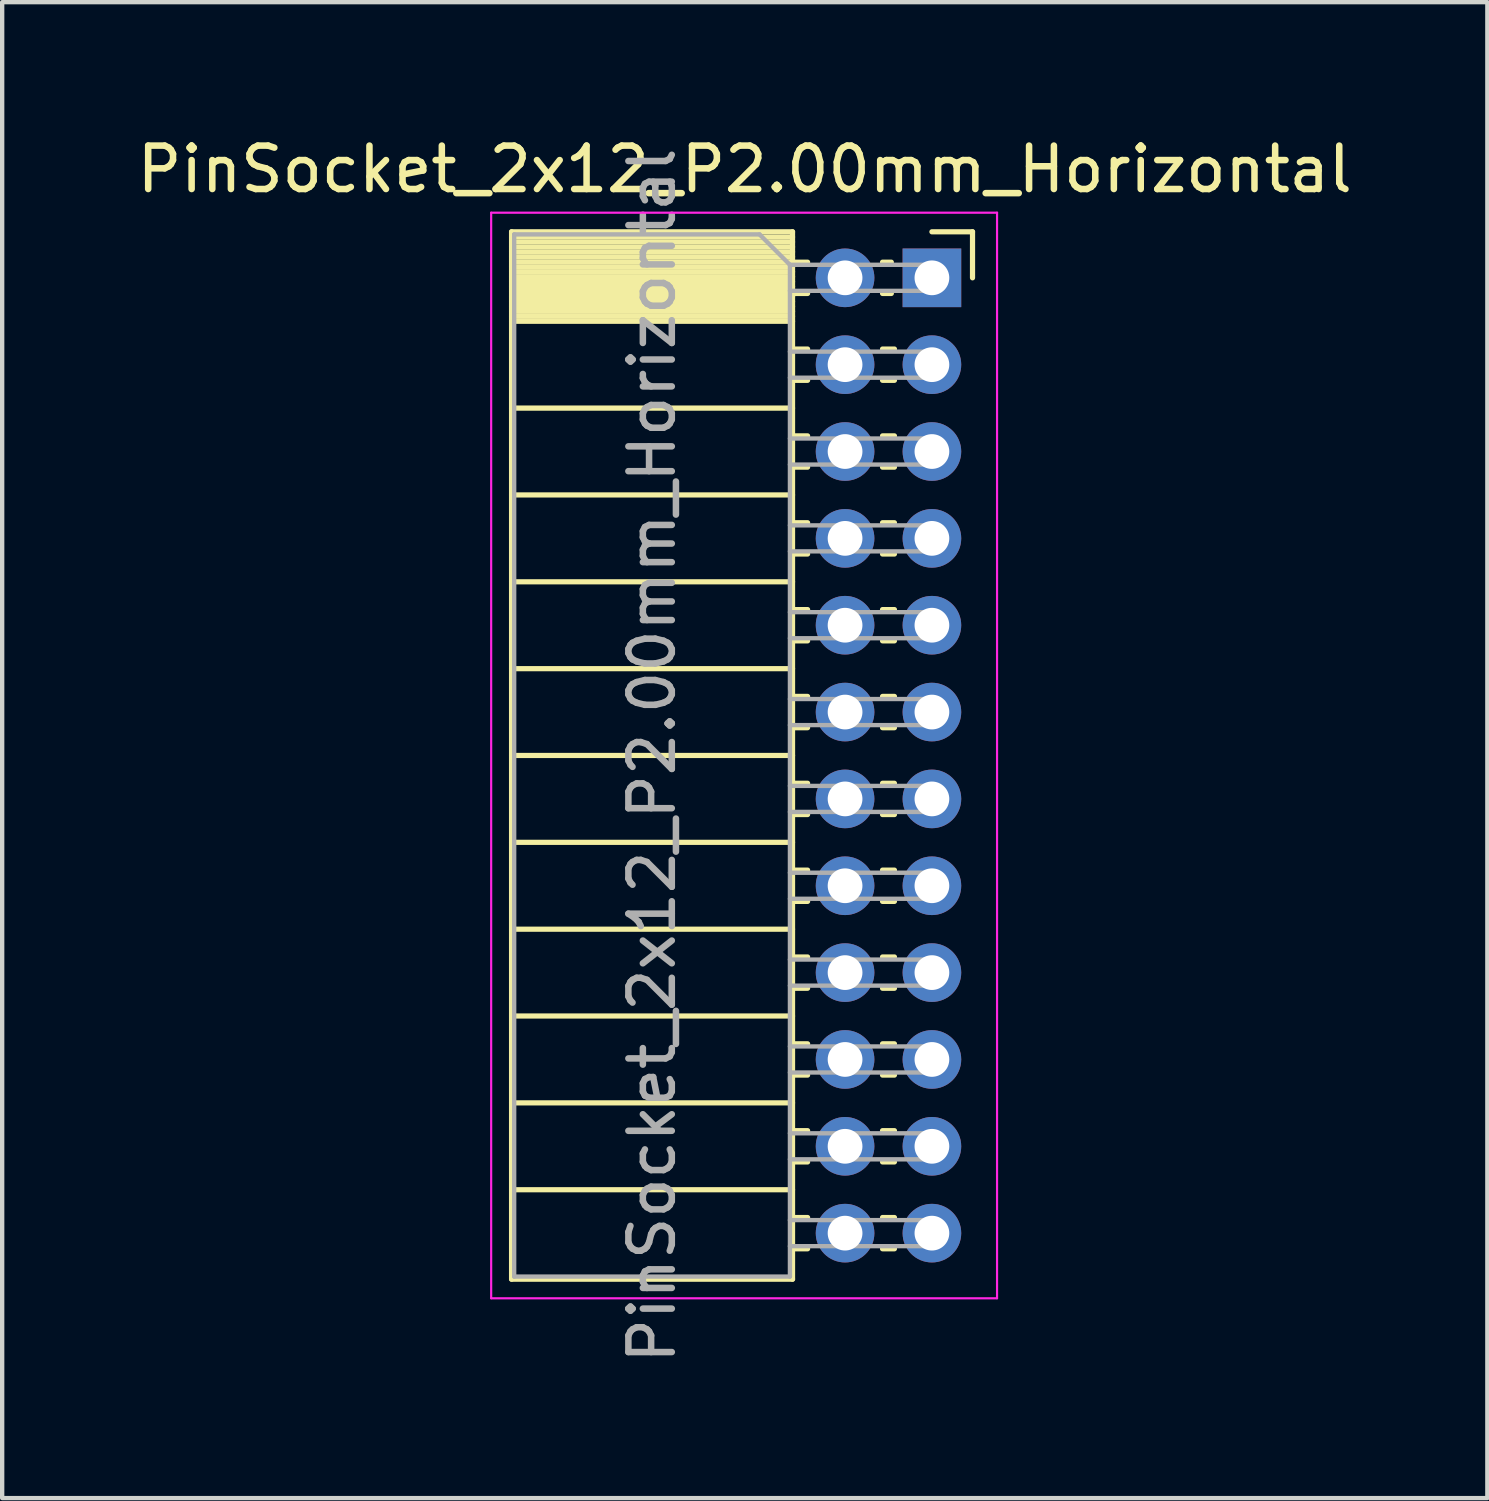
<source format=kicad_pcb>
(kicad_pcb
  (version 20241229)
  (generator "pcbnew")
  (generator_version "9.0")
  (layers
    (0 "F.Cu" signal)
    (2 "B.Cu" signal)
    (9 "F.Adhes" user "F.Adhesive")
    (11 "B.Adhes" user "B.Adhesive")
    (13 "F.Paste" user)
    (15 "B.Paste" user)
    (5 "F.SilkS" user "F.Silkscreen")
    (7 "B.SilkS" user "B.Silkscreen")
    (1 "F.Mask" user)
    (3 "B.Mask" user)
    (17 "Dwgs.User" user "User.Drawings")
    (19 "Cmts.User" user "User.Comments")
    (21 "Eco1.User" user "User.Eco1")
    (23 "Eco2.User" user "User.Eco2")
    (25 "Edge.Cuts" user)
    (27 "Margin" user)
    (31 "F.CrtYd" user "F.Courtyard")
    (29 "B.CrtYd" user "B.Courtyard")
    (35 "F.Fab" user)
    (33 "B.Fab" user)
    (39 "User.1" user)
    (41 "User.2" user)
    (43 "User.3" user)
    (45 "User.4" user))
  (footprint "PinSocket_2x12_P2.00mm_Horizontal"
    (layer "F.Cu")
    (at 18.411 3.348)
    (property "Reference" "PinSocket_2x12_P2.00mm_Horizontal" (at -4.31 -2.5 0) (layer "F.SilkS") (effects (font (size 1 1) (thickness 0.15))))
    (attr through_hole)
    (fp_line (start -9.68 -1.06) (end -9.68 23.06) (stroke (width 0.12) (type solid)) (layer "F.SilkS"))
    (fp_line (start -9.68 -1.06) (end -3.21 -1.06) (stroke (width 0.12) (type solid)) (layer "F.SilkS"))
    (fp_line (start -9.68 -0.94) (end -3.21 -0.94) (stroke (width 0.12) (type solid)) (layer "F.SilkS"))
    (fp_line (start -9.68 -0.826) (end -3.21 -0.826) (stroke (width 0.12) (type solid)) (layer "F.SilkS"))
    (fp_line (start -9.68 -0.712) (end -3.21 -0.712) (stroke (width 0.12) (type solid)) (layer "F.SilkS"))
    (fp_line (start -9.68 -0.598) (end -3.21 -0.598) (stroke (width 0.12) (type solid)) (layer "F.SilkS"))
    (fp_line (start -9.68 -0.484) (end -3.21 -0.484) (stroke (width 0.12) (type solid)) (layer "F.SilkS"))
    (fp_line (start -9.68 -0.369) (end -3.21 -0.369) (stroke (width 0.12) (type solid)) (layer "F.SilkS"))
    (fp_line (start -9.68 -0.255) (end -3.21 -0.255) (stroke (width 0.12) (type solid)) (layer "F.SilkS"))
    (fp_line (start -9.68 -0.141) (end -3.21 -0.141) (stroke (width 0.12) (type solid)) (layer "F.SilkS"))
    (fp_line (start -9.68 -0.027) (end -3.21 -0.027) (stroke (width 0.12) (type solid)) (layer "F.SilkS"))
    (fp_line (start -9.68 0.087) (end -3.21 0.087) (stroke (width 0.12) (type solid)) (layer "F.SilkS"))
    (fp_line (start -9.68 0.201) (end -3.21 0.201) (stroke (width 0.12) (type solid)) (layer "F.SilkS"))
    (fp_line (start -9.68 0.315) (end -3.21 0.315) (stroke (width 0.12) (type solid)) (layer "F.SilkS"))
    (fp_line (start -9.68 0.429) (end -3.21 0.429) (stroke (width 0.12) (type solid)) (layer "F.SilkS"))
    (fp_line (start -9.68 0.544) (end -3.21 0.544) (stroke (width 0.12) (type solid)) (layer "F.SilkS"))
    (fp_line (start -9.68 0.658) (end -3.21 0.658) (stroke (width 0.12) (type solid)) (layer "F.SilkS"))
    (fp_line (start -9.68 0.772) (end -3.21 0.772) (stroke (width 0.12) (type solid)) (layer "F.SilkS"))
    (fp_line (start -9.68 0.886) (end -3.21 0.886) (stroke (width 0.12) (type solid)) (layer "F.SilkS"))
    (fp_line (start -9.68 1) (end -3.21 1) (stroke (width 0.12) (type solid)) (layer "F.SilkS"))
    (fp_line (start -9.68 3) (end -3.21 3) (stroke (width 0.12) (type solid)) (layer "F.SilkS"))
    (fp_line (start -9.68 5) (end -3.21 5) (stroke (width 0.12) (type solid)) (layer "F.SilkS"))
    (fp_line (start -9.68 7) (end -3.21 7) (stroke (width 0.12) (type solid)) (layer "F.SilkS"))
    (fp_line (start -9.68 9) (end -3.21 9) (stroke (width 0.12) (type solid)) (layer "F.SilkS"))
    (fp_line (start -9.68 11) (end -3.21 11) (stroke (width 0.12) (type solid)) (layer "F.SilkS"))
    (fp_line (start -9.68 13) (end -3.21 13) (stroke (width 0.12) (type solid)) (layer "F.SilkS"))
    (fp_line (start -9.68 15) (end -3.21 15) (stroke (width 0.12) (type solid)) (layer "F.SilkS"))
    (fp_line (start -9.68 17) (end -3.21 17) (stroke (width 0.12) (type solid)) (layer "F.SilkS"))
    (fp_line (start -9.68 19) (end -3.21 19) (stroke (width 0.12) (type solid)) (layer "F.SilkS"))
    (fp_line (start -9.68 21) (end -3.21 21) (stroke (width 0.12) (type solid)) (layer "F.SilkS"))
    (fp_line (start -9.68 23.06) (end -3.21 23.06) (stroke (width 0.12) (type solid)) (layer "F.SilkS"))
    (fp_line (start -3.21 -1.06) (end -3.21 23.06) (stroke (width 0.12) (type solid)) (layer "F.SilkS"))
    (fp_line (start -3.21 -0.36) (end -2.863 -0.36) (stroke (width 0.12) (type solid)) (layer "F.SilkS"))
    (fp_line (start -3.21 0.36) (end -2.863 0.36) (stroke (width 0.12) (type solid)) (layer "F.SilkS"))
    (fp_line (start -3.21 1.64) (end -2.863 1.64) (stroke (width 0.12) (type solid)) (layer "F.SilkS"))
    (fp_line (start -3.21 2.36) (end -2.863 2.36) (stroke (width 0.12) (type solid)) (layer "F.SilkS"))
    (fp_line (start -3.21 3.64) (end -2.863 3.64) (stroke (width 0.12) (type solid)) (layer "F.SilkS"))
    (fp_line (start -3.21 4.36) (end -2.863 4.36) (stroke (width 0.12) (type solid)) (layer "F.SilkS"))
    (fp_line (start -3.21 5.64) (end -2.863 5.64) (stroke (width 0.12) (type solid)) (layer "F.SilkS"))
    (fp_line (start -3.21 6.36) (end -2.863 6.36) (stroke (width 0.12) (type solid)) (layer "F.SilkS"))
    (fp_line (start -3.21 7.64) (end -2.863 7.64) (stroke (width 0.12) (type solid)) (layer "F.SilkS"))
    (fp_line (start -3.21 8.36) (end -2.863 8.36) (stroke (width 0.12) (type solid)) (layer "F.SilkS"))
    (fp_line (start -3.21 9.64) (end -2.863 9.64) (stroke (width 0.12) (type solid)) (layer "F.SilkS"))
    (fp_line (start -3.21 10.36) (end -2.863 10.36) (stroke (width 0.12) (type solid)) (layer "F.SilkS"))
    (fp_line (start -3.21 11.64) (end -2.863 11.64) (stroke (width 0.12) (type solid)) (layer "F.SilkS"))
    (fp_line (start -3.21 12.36) (end -2.863 12.36) (stroke (width 0.12) (type solid)) (layer "F.SilkS"))
    (fp_line (start -3.21 13.64) (end -2.863 13.64) (stroke (width 0.12) (type solid)) (layer "F.SilkS"))
    (fp_line (start -3.21 14.36) (end -2.863 14.36) (stroke (width 0.12) (type solid)) (layer "F.SilkS"))
    (fp_line (start -3.21 15.64) (end -2.863 15.64) (stroke (width 0.12) (type solid)) (layer "F.SilkS"))
    (fp_line (start -3.21 16.36) (end -2.863 16.36) (stroke (width 0.12) (type solid)) (layer "F.SilkS"))
    (fp_line (start -3.21 17.64) (end -2.863 17.64) (stroke (width 0.12) (type solid)) (layer "F.SilkS"))
    (fp_line (start -3.21 18.36) (end -2.863 18.36) (stroke (width 0.12) (type solid)) (layer "F.SilkS"))
    (fp_line (start -3.21 19.64) (end -2.863 19.64) (stroke (width 0.12) (type solid)) (layer "F.SilkS"))
    (fp_line (start -3.21 20.36) (end -2.863 20.36) (stroke (width 0.12) (type solid)) (layer "F.SilkS"))
    (fp_line (start -3.21 21.64) (end -2.863 21.64) (stroke (width 0.12) (type solid)) (layer "F.SilkS"))
    (fp_line (start -3.21 22.36) (end -2.863 22.36) (stroke (width 0.12) (type solid)) (layer "F.SilkS"))
    (fp_line (start -1.137 -0.36) (end -0.935 -0.36) (stroke (width 0.12) (type solid)) (layer "F.SilkS"))
    (fp_line (start -1.137 0.36) (end -0.935 0.36) (stroke (width 0.12) (type solid)) (layer "F.SilkS"))
    (fp_line (start -1.137 1.64) (end -0.863 1.64) (stroke (width 0.12) (type solid)) (layer "F.SilkS"))
    (fp_line (start -1.137 2.36) (end -0.863 2.36) (stroke (width 0.12) (type solid)) (layer "F.SilkS"))
    (fp_line (start -1.137 3.64) (end -0.863 3.64) (stroke (width 0.12) (type solid)) (layer "F.SilkS"))
    (fp_line (start -1.137 4.36) (end -0.863 4.36) (stroke (width 0.12) (type solid)) (layer "F.SilkS"))
    (fp_line (start -1.137 5.64) (end -0.863 5.64) (stroke (width 0.12) (type solid)) (layer "F.SilkS"))
    (fp_line (start -1.137 6.36) (end -0.863 6.36) (stroke (width 0.12) (type solid)) (layer "F.SilkS"))
    (fp_line (start -1.137 7.64) (end -0.863 7.64) (stroke (width 0.12) (type solid)) (layer "F.SilkS"))
    (fp_line (start -1.137 8.36) (end -0.863 8.36) (stroke (width 0.12) (type solid)) (layer "F.SilkS"))
    (fp_line (start -1.137 9.64) (end -0.863 9.64) (stroke (width 0.12) (type solid)) (layer "F.SilkS"))
    (fp_line (start -1.137 10.36) (end -0.863 10.36) (stroke (width 0.12) (type solid)) (layer "F.SilkS"))
    (fp_line (start -1.137 11.64) (end -0.863 11.64) (stroke (width 0.12) (type solid)) (layer "F.SilkS"))
    (fp_line (start -1.137 12.36) (end -0.863 12.36) (stroke (width 0.12) (type solid)) (layer "F.SilkS"))
    (fp_line (start -1.137 13.64) (end -0.863 13.64) (stroke (width 0.12) (type solid)) (layer "F.SilkS"))
    (fp_line (start -1.137 14.36) (end -0.863 14.36) (stroke (width 0.12) (type solid)) (layer "F.SilkS"))
    (fp_line (start -1.137 15.64) (end -0.863 15.64) (stroke (width 0.12) (type solid)) (layer "F.SilkS"))
    (fp_line (start -1.137 16.36) (end -0.863 16.36) (stroke (width 0.12) (type solid)) (layer "F.SilkS"))
    (fp_line (start -1.137 17.64) (end -0.863 17.64) (stroke (width 0.12) (type solid)) (layer "F.SilkS"))
    (fp_line (start -1.137 18.36) (end -0.863 18.36) (stroke (width 0.12) (type solid)) (layer "F.SilkS"))
    (fp_line (start -1.137 19.64) (end -0.863 19.64) (stroke (width 0.12) (type solid)) (layer "F.SilkS"))
    (fp_line (start -1.137 20.36) (end -0.863 20.36) (stroke (width 0.12) (type solid)) (layer "F.SilkS"))
    (fp_line (start -1.137 21.64) (end -0.863 21.64) (stroke (width 0.12) (type solid)) (layer "F.SilkS"))
    (fp_line (start -1.137 22.36) (end -0.863 22.36) (stroke (width 0.12) (type solid)) (layer "F.SilkS"))
    (fp_line (start 0 -1.06) (end 0.935 -1.06) (stroke (width 0.12) (type solid)) (layer "F.SilkS"))
    (fp_line (start 0.935 -1.06) (end 0.935 0) (stroke (width 0.12) (type solid)) (layer "F.SilkS"))
    (fp_line (start -10.15 -1.5) (end -10.15 23.5) (stroke (width 0.05) (type solid)) (layer "F.CrtYd"))
    (fp_line (start -10.15 23.5) (end 1.5 23.5) (stroke (width 0.05) (type solid)) (layer "F.CrtYd"))
    (fp_line (start 1.5 -1.5) (end -10.15 -1.5) (stroke (width 0.05) (type solid)) (layer "F.CrtYd"))
    (fp_line (start 1.5 23.5) (end 1.5 -1.5) (stroke (width 0.05) (type solid)) (layer "F.CrtYd"))
    (fp_line (start -9.62 -1) (end -3.97 -1) (stroke (width 0.1) (type solid)) (layer "F.Fab"))
    (fp_line (start -9.62 23) (end -9.62 -1) (stroke (width 0.1) (type solid)) (layer "F.Fab"))
    (fp_line (start -3.97 -1) (end -3.27 -0.3) (stroke (width 0.1) (type solid)) (layer "F.Fab"))
    (fp_line (start -3.27 -0.3) (end -3.27 23) (stroke (width 0.1) (type solid)) (layer "F.Fab"))
    (fp_line (start -3.27 0.3) (end 0 0.3) (stroke (width 0.1) (type solid)) (layer "F.Fab"))
    (fp_line (start -3.27 2.3) (end 0 2.3) (stroke (width 0.1) (type solid)) (layer "F.Fab"))
    (fp_line (start -3.27 4.3) (end 0 4.3) (stroke (width 0.1) (type solid)) (layer "F.Fab"))
    (fp_line (start -3.27 6.3) (end 0 6.3) (stroke (width 0.1) (type solid)) (layer "F.Fab"))
    (fp_line (start -3.27 8.3) (end 0 8.3) (stroke (width 0.1) (type solid)) (layer "F.Fab"))
    (fp_line (start -3.27 10.3) (end 0 10.3) (stroke (width 0.1) (type solid)) (layer "F.Fab"))
    (fp_line (start -3.27 12.3) (end 0 12.3) (stroke (width 0.1) (type solid)) (layer "F.Fab"))
    (fp_line (start -3.27 14.3) (end 0 14.3) (stroke (width 0.1) (type solid)) (layer "F.Fab"))
    (fp_line (start -3.27 16.3) (end 0 16.3) (stroke (width 0.1) (type solid)) (layer "F.Fab"))
    (fp_line (start -3.27 18.3) (end 0 18.3) (stroke (width 0.1) (type solid)) (layer "F.Fab"))
    (fp_line (start -3.27 20.3) (end 0 20.3) (stroke (width 0.1) (type solid)) (layer "F.Fab"))
    (fp_line (start -3.27 22.3) (end 0 22.3) (stroke (width 0.1) (type solid)) (layer "F.Fab"))
    (fp_line (start -3.27 23) (end -9.62 23) (stroke (width 0.1) (type solid)) (layer "F.Fab"))
    (fp_line (start 0 -0.3) (end -3.27 -0.3) (stroke (width 0.1) (type solid)) (layer "F.Fab"))
    (fp_line (start 0 0.3) (end 0 -0.3) (stroke (width 0.1) (type solid)) (layer "F.Fab"))
    (fp_line (start 0 1.7) (end -3.27 1.7) (stroke (width 0.1) (type solid)) (layer "F.Fab"))
    (fp_line (start 0 2.3) (end 0 1.7) (stroke (width 0.1) (type solid)) (layer "F.Fab"))
    (fp_line (start 0 3.7) (end -3.27 3.7) (stroke (width 0.1) (type solid)) (layer "F.Fab"))
    (fp_line (start 0 4.3) (end 0 3.7) (stroke (width 0.1) (type solid)) (layer "F.Fab"))
    (fp_line (start 0 5.7) (end -3.27 5.7) (stroke (width 0.1) (type solid)) (layer "F.Fab"))
    (fp_line (start 0 6.3) (end 0 5.7) (stroke (width 0.1) (type solid)) (layer "F.Fab"))
    (fp_line (start 0 7.7) (end -3.27 7.7) (stroke (width 0.1) (type solid)) (layer "F.Fab"))
    (fp_line (start 0 8.3) (end 0 7.7) (stroke (width 0.1) (type solid)) (layer "F.Fab"))
    (fp_line (start 0 9.7) (end -3.27 9.7) (stroke (width 0.1) (type solid)) (layer "F.Fab"))
    (fp_line (start 0 10.3) (end 0 9.7) (stroke (width 0.1) (type solid)) (layer "F.Fab"))
    (fp_line (start 0 11.7) (end -3.27 11.7) (stroke (width 0.1) (type solid)) (layer "F.Fab"))
    (fp_line (start 0 12.3) (end 0 11.7) (stroke (width 0.1) (type solid)) (layer "F.Fab"))
    (fp_line (start 0 13.7) (end -3.27 13.7) (stroke (width 0.1) (type solid)) (layer "F.Fab"))
    (fp_line (start 0 14.3) (end 0 13.7) (stroke (width 0.1) (type solid)) (layer "F.Fab"))
    (fp_line (start 0 15.7) (end -3.27 15.7) (stroke (width 0.1) (type solid)) (layer "F.Fab"))
    (fp_line (start 0 16.3) (end 0 15.7) (stroke (width 0.1) (type solid)) (layer "F.Fab"))
    (fp_line (start 0 17.7) (end -3.27 17.7) (stroke (width 0.1) (type solid)) (layer "F.Fab"))
    (fp_line (start 0 18.3) (end 0 17.7) (stroke (width 0.1) (type solid)) (layer "F.Fab"))
    (fp_line (start 0 19.7) (end -3.27 19.7) (stroke (width 0.1) (type solid)) (layer "F.Fab"))
    (fp_line (start 0 20.3) (end 0 19.7) (stroke (width 0.1) (type solid)) (layer "F.Fab"))
    (fp_line (start 0 21.7) (end -3.27 21.7) (stroke (width 0.1) (type solid)) (layer "F.Fab"))
    (fp_line (start 0 22.3) (end 0 21.7) (stroke (width 0.1) (type solid)) (layer "F.Fab"))
    (fp_text user "${REFERENCE}" (at -6.445 11 90) (layer "F.Fab") (effects (font (size 1 1) (thickness 0.15))))
    (pad "1" thru_hole rect (at 0 0) (size 1.35 1.35) (drill 0.8) (layers "*.Cu" "*.Mask"))
    (pad "2" thru_hole circle (at -2 0) (size 1.35 1.35) (drill 0.8) (layers "*.Cu" "*.Mask"))
    (pad "3" thru_hole circle (at 0 2) (size 1.35 1.35) (drill 0.8) (layers "*.Cu" "*.Mask"))
    (pad "4" thru_hole circle (at -2 2) (size 1.35 1.35) (drill 0.8) (layers "*.Cu" "*.Mask"))
    (pad "5" thru_hole circle (at 0 4) (size 1.35 1.35) (drill 0.8) (layers "*.Cu" "*.Mask"))
    (pad "6" thru_hole circle (at -2 4) (size 1.35 1.35) (drill 0.8) (layers "*.Cu" "*.Mask"))
    (pad "7" thru_hole circle (at 0 6) (size 1.35 1.35) (drill 0.8) (layers "*.Cu" "*.Mask"))
    (pad "8" thru_hole circle (at -2 6) (size 1.35 1.35) (drill 0.8) (layers "*.Cu" "*.Mask"))
    (pad "9" thru_hole circle (at 0 8) (size 1.35 1.35) (drill 0.8) (layers "*.Cu" "*.Mask"))
    (pad "10" thru_hole circle (at -2 8) (size 1.35 1.35) (drill 0.8) (layers "*.Cu" "*.Mask"))
    (pad "11" thru_hole circle (at 0 10) (size 1.35 1.35) (drill 0.8) (layers "*.Cu" "*.Mask"))
    (pad "12" thru_hole circle (at -2 10) (size 1.35 1.35) (drill 0.8) (layers "*.Cu" "*.Mask"))
    (pad "13" thru_hole circle (at 0 12) (size 1.35 1.35) (drill 0.8) (layers "*.Cu" "*.Mask"))
    (pad "14" thru_hole circle (at -2 12) (size 1.35 1.35) (drill 0.8) (layers "*.Cu" "*.Mask"))
    (pad "15" thru_hole circle (at 0 14) (size 1.35 1.35) (drill 0.8) (layers "*.Cu" "*.Mask"))
    (pad "16" thru_hole circle (at -2 14) (size 1.35 1.35) (drill 0.8) (layers "*.Cu" "*.Mask"))
    (pad "17" thru_hole circle (at 0 16) (size 1.35 1.35) (drill 0.8) (layers "*.Cu" "*.Mask"))
    (pad "18" thru_hole circle (at -2 16) (size 1.35 1.35) (drill 0.8) (layers "*.Cu" "*.Mask"))
    (pad "19" thru_hole circle (at 0 18) (size 1.35 1.35) (drill 0.8) (layers "*.Cu" "*.Mask"))
    (pad "20" thru_hole circle (at -2 18) (size 1.35 1.35) (drill 0.8) (layers "*.Cu" "*.Mask"))
    (pad "21" thru_hole circle (at 0 20) (size 1.35 1.35) (drill 0.8) (layers "*.Cu" "*.Mask"))
    (pad "22" thru_hole circle (at -2 20) (size 1.35 1.35) (drill 0.8) (layers "*.Cu" "*.Mask"))
    (pad "23" thru_hole circle (at 0 22) (size 1.35 1.35) (drill 0.8) (layers "*.Cu" "*.Mask"))
    (pad "24" thru_hole circle (at -2 22) (size 1.35 1.35) (drill 0.8) (layers "*.Cu" "*.Mask")))
  (gr_rect
    (start -3 -3)
    (end 31.202 31.449)
    (stroke (width 0.1) (type default))
    (fill no)
    (layer "Edge.Cuts")))
</source>
